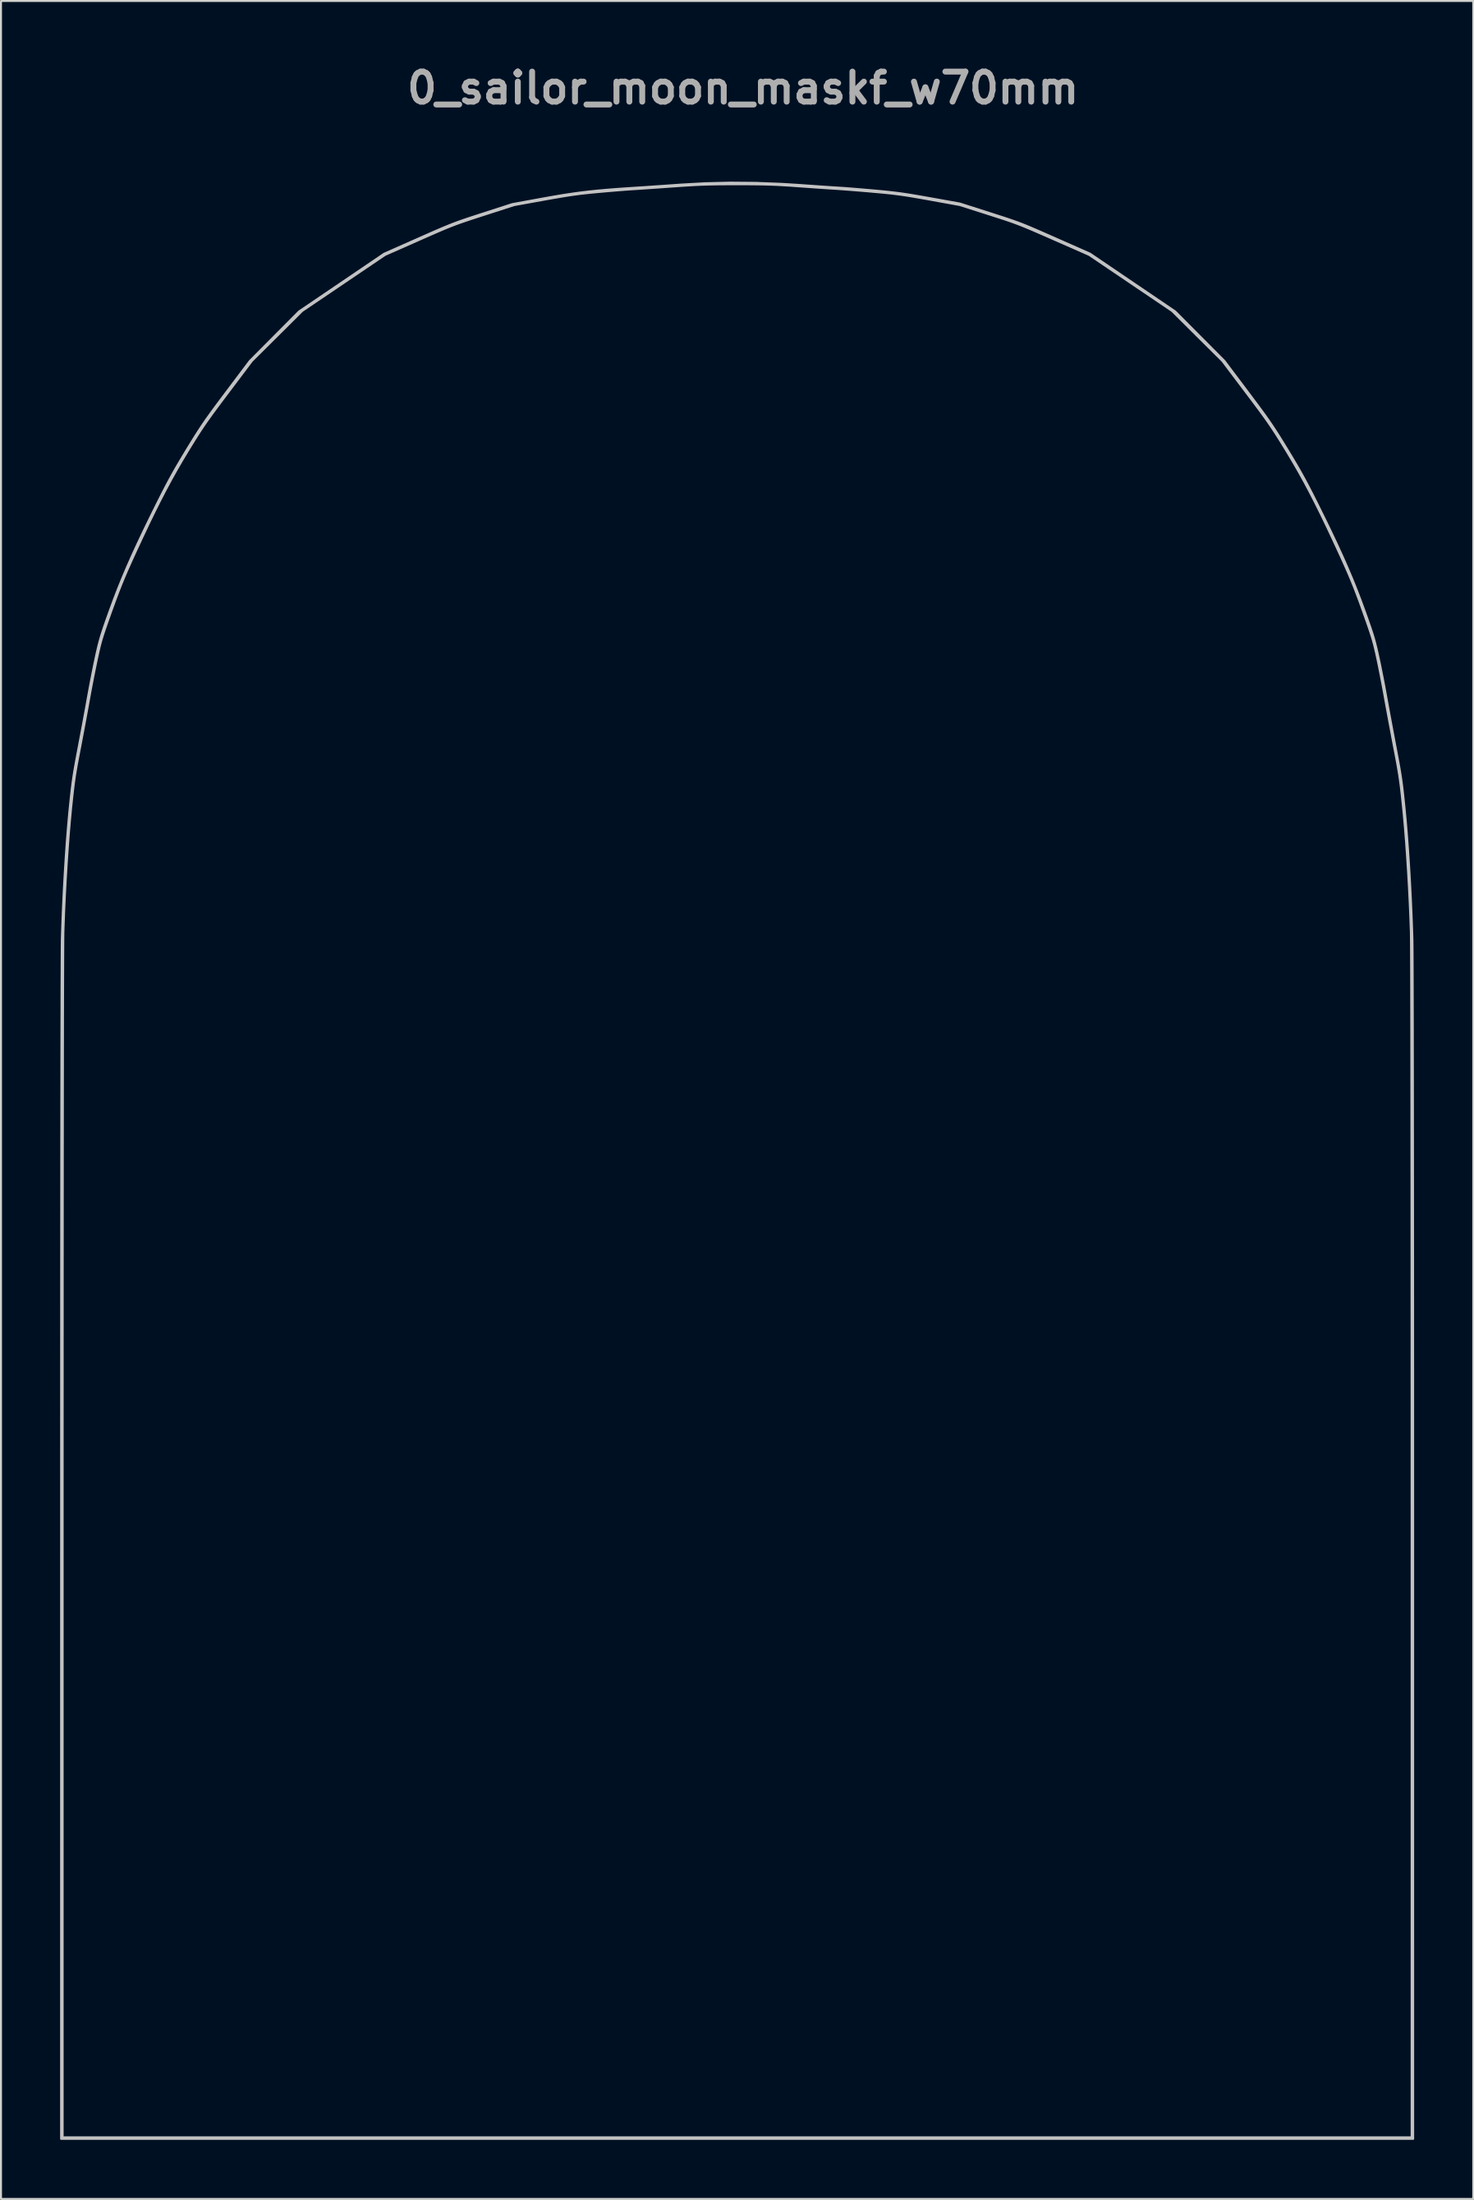
<source format=kicad_pcb>
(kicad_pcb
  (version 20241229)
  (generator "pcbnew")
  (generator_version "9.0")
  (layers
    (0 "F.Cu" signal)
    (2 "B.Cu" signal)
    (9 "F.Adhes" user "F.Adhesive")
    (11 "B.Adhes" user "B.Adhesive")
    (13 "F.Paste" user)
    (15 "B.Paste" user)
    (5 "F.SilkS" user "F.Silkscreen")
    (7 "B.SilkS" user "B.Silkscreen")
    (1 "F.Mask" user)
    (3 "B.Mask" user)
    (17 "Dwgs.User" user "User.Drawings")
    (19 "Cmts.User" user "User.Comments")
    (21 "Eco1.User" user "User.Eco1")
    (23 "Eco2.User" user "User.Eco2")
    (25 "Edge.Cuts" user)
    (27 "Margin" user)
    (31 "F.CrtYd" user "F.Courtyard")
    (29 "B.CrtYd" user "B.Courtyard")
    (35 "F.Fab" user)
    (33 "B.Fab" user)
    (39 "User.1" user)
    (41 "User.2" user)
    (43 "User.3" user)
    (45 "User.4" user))
  (footprint "0_sailor_moon_maskf_w70mm"
    (layer "F.Cu")
    (at 34.358 55.818)
    (property "Reference" "0_sailor_moon_maskf_w70mm" (at 0.3 -54.4 0) (layer "F.Fab") (effects (font (size 1.524 1.524) (thickness 0.3))))
    (attr board_only exclude_from_pos_files exclude_from_bom)
    (fp_poly (pts (xy 24.654 -20.606) (xy 24.702 -20.571) (xy 24.749 -20.504) (xy 24.798 -20.396) (xy 24.853 -20.241) (xy 24.916 -20.029) (xy 24.991 -19.755) (xy 25.046 -19.546) (xy 25.122 -19.258) (xy 25.213 -18.923) (xy 25.31 -18.567) (xy 25.406 -18.219) (xy 25.494 -17.904) (xy 25.498 -17.893) (xy 25.646 -17.353) (xy 25.776 -16.849) (xy 25.89 -16.362) (xy 25.993 -15.871) (xy 26.089 -15.357) (xy 26.182 -14.799) (xy 26.252 -14.35) (xy 26.308 -13.969) (xy 26.352 -13.657) (xy 26.384 -13.408) (xy 26.404 -13.214) (xy 26.413 -13.068) (xy 26.411 -12.963) (xy 26.399 -12.891) (xy 26.378 -12.847) (xy 26.357 -12.827) (xy 26.327 -12.808) (xy 26.294 -12.803) (xy 26.238 -12.814) (xy 26.134 -12.843) (xy 26.1 -12.853) (xy 25.948 -12.9) (xy 25.793 -12.953) (xy 25.763 -12.964) (xy 25.475 -13.058) (xy 25.171 -13.125) (xy 24.836 -13.169) (xy 24.453 -13.192) (xy 24.116 -13.196) (xy 23.774 -13.19) (xy 23.426 -13.173) (xy 23.088 -13.147) (xy 22.781 -13.113) (xy 22.52 -13.074) (xy 22.376 -13.044) (xy 22.321 -13.037) (xy 22.296 -13.067) (xy 22.288 -13.15) (xy 22.288 -13.189) (xy 22.308 -13.337) (xy 22.359 -13.496) (xy 22.376 -13.534) (xy 22.445 -13.751) (xy 22.453 -14) (xy 22.399 -14.288) (xy 22.385 -14.336) (xy 22.341 -14.515) (xy 22.299 -14.731) (xy 22.264 -14.964) (xy 22.236 -15.196) (xy 22.219 -15.409) (xy 22.214 -15.584) (xy 22.224 -15.701) (xy 22.224 -15.701) (xy 22.251 -15.784) (xy 22.303 -15.877) (xy 22.389 -15.994) (xy 22.516 -16.145) (xy 22.641 -16.285) (xy 22.851 -16.527) (xy 23.07 -16.797) (xy 23.288 -17.085) (xy 23.497 -17.375) (xy 23.689 -17.658) (xy 23.855 -17.919) (xy 23.985 -18.147) (xy 24.068 -18.321) (xy 24.221 -18.741) (xy 24.345 -19.185) (xy 24.437 -19.628) (xy 24.492 -20.049) (xy 24.505 -20.346) (xy 24.507 -20.488) (xy 24.515 -20.568) (xy 24.537 -20.605) (xy 24.578 -20.615) (xy 24.602 -20.616)) (stroke (width 0) (type solid)) (fill yes) (layer "F.Mask"))
    (fp_poly (pts (xy 1.648 -7.299) (xy 1.998 -7.287) (xy 2.371 -7.27) (xy 2.756 -7.25) (xy 3.143 -7.226) (xy 3.521 -7.201) (xy 3.879 -7.174) (xy 4.208 -7.146) (xy 4.496 -7.119) (xy 4.733 -7.093) (xy 4.909 -7.068) (xy 4.971 -7.056) (xy 5.091 -7.029) (xy 5.186 -7.001) (xy 5.258 -6.961) (xy 5.311 -6.903) (xy 5.348 -6.815) (xy 5.373 -6.689) (xy 5.389 -6.516) (xy 5.4 -6.287) (xy 5.409 -5.992) (xy 5.412 -5.875) (xy 5.432 -5.374) (xy 5.463 -4.947) (xy 5.505 -4.59) (xy 5.56 -4.3) (xy 5.628 -4.074) (xy 5.709 -3.908) (xy 5.804 -3.8) (xy 5.836 -3.778) (xy 5.929 -3.733) (xy 6.017 -3.722) (xy 6.109 -3.751) (xy 6.214 -3.825) (xy 6.341 -3.95) (xy 6.501 -4.131) (xy 6.567 -4.211) (xy 6.692 -4.354) (xy 6.81 -4.479) (xy 6.908 -4.57) (xy 6.96 -4.608) (xy 7.038 -4.643) (xy 7.074 -4.633) (xy 7.094 -4.579) (xy 7.109 -4.454) (xy 7.108 -4.266) (xy 7.093 -4.026) (xy 7.064 -3.747) (xy 7.024 -3.44) (xy 6.973 -3.118) (xy 6.913 -2.792) (xy 6.847 -2.476) (xy 6.828 -2.395) (xy 6.687 -1.885) (xy 6.511 -1.392) (xy 6.306 -0.925) (xy 6.077 -0.497) (xy 5.831 -0.118) (xy 5.572 0.199) (xy 5.453 0.32) (xy 5.284 0.475) (xy 5.151 0.584) (xy 5.034 0.651) (xy 4.914 0.682) (xy 4.771 0.682) (xy 4.587 0.658) (xy 4.395 0.624) (xy 4.152 0.601) (xy 3.921 0.633) (xy 3.763 0.684) (xy 3.574 0.734) (xy 3.431 0.727) (xy 3.338 0.661) (xy 3.331 0.652) (xy 3.301 0.577) (xy 3.266 0.446) (xy 3.23 0.281) (xy 3.21 0.175) (xy 3.148 -0.177) (xy 3.078 -0.553) (xy 3.003 -0.943) (xy 2.924 -1.336) (xy 2.844 -1.724) (xy 2.764 -2.095) (xy 2.687 -2.441) (xy 2.616 -2.751) (xy 2.551 -3.016) (xy 2.495 -3.225) (xy 2.451 -3.369) (xy 2.446 -3.384) (xy 2.34 -3.615) (xy 2.215 -3.777) (xy 2.061 -3.878) (xy 1.868 -3.924) (xy 1.77 -3.93) (xy 1.624 -3.962) (xy 1.52 -4.058) (xy 1.476 -4.146) (xy 1.417 -4.31) (xy 1.343 -4.529) (xy 1.259 -4.791) (xy 1.168 -5.083) (xy 1.074 -5.391) (xy 0.981 -5.704) (xy 0.893 -6.007) (xy 0.813 -6.29) (xy 0.745 -6.538) (xy 0.694 -6.739) (xy 0.662 -6.88) (xy 0.66 -6.89) (xy 0.639 -7.029) (xy 0.639 -7.12) (xy 0.662 -7.189) (xy 0.683 -7.225) (xy 0.749 -7.325)) (stroke (width 0) (type solid)) (fill yes) (layer "F.Mask"))
    (fp_poly (pts (xy -8.454 -0.461) (xy -8.415 -0.376) (xy -8.382 -0.24) (xy -8.351 -0.047) (xy -8.322 0.207) (xy -8.292 0.525) (xy -8.259 0.913) (xy -8.225 1.323) (xy -8.148 2.132) (xy -8.051 2.95) (xy -7.937 3.761) (xy -7.808 4.551) (xy -7.667 5.305) (xy -7.515 6.007) (xy -7.387 6.528) (xy -7.278 6.915) (xy -7.145 7.35) (xy -6.996 7.808) (xy -6.837 8.266) (xy -6.677 8.701) (xy -6.567 8.985) (xy -6.438 9.292) (xy -6.277 9.647) (xy -6.094 10.033) (xy -5.898 10.43) (xy -5.698 10.822) (xy -5.503 11.19) (xy -5.321 11.516) (xy -5.274 11.596) (xy -5.14 11.829) (xy -5.044 12.008) (xy -4.982 12.141) (xy -4.949 12.239) (xy -4.94 12.306) (xy -4.94 12.447) (xy -5.125 12.442) (xy -5.228 12.437) (xy -5.39 12.427) (xy -5.593 12.413) (xy -5.817 12.396) (xy -5.932 12.387) (xy -6.272 12.356) (xy -6.627 12.314) (xy -7.008 12.262) (xy -7.423 12.196) (xy -7.885 12.117) (xy -8.402 12.021) (xy -8.923 11.919) (xy -9.576 11.788) (xy -10.153 11.667) (xy -10.656 11.555) (xy -11.086 11.453) (xy -11.445 11.361) (xy -11.734 11.277) (xy -11.955 11.202) (xy -12.109 11.134) (xy -12.182 11.088) (xy -12.217 11.057) (xy -12.239 11.021) (xy -12.25 10.967) (xy -12.25 10.88) (xy -12.24 10.745) (xy -12.221 10.548) (xy -12.22 10.537) (xy -12.204 10.352) (xy -12.194 10.189) (xy -12.193 10.033) (xy -12.201 9.869) (xy -12.22 9.681) (xy -12.249 9.453) (xy -12.289 9.171) (xy -12.311 9.028) (xy -12.373 8.623) (xy -12.258 8.211) (xy -12.194 7.98) (xy -12.149 7.808) (xy -12.124 7.677) (xy -12.115 7.571) (xy -12.121 7.474) (xy -12.142 7.369) (xy -12.176 7.239) (xy -12.178 7.233) (xy -12.213 7.091) (xy -12.237 6.959) (xy -12.249 6.827) (xy -12.247 6.686) (xy -12.229 6.528) (xy -12.195 6.343) (xy -12.142 6.122) (xy -12.07 5.857) (xy -11.976 5.538) (xy -11.86 5.156) (xy -11.83 5.057) (xy -11.683 4.585) (xy -11.553 4.18) (xy -11.437 3.832) (xy -11.332 3.532) (xy -11.234 3.273) (xy -11.139 3.044) (xy -11.045 2.838) (xy -10.947 2.645) (xy -10.843 2.456) (xy -10.783 2.353) (xy -10.718 2.254) (xy -10.612 2.103) (xy -10.472 1.909) (xy -10.306 1.683) (xy -10.12 1.434) (xy -9.921 1.17) (xy -9.718 0.903) (xy -9.516 0.64) (xy -9.323 0.392) (xy -9.146 0.167) (xy -8.993 -0.024) (xy -8.908 -0.126) (xy -8.796 -0.261) (xy -8.7 -0.37) (xy -8.621 -0.449) (xy -8.554 -0.493) (xy -8.499 -0.499)) (stroke (width 0) (type solid)) (fill yes) (layer "F.Mask"))
    (fp_poly (pts (xy 12.434 -17.015) (xy 12.437 -17.011) (xy 12.476 -16.928) (xy 12.505 -16.816) (xy 12.507 -16.807) (xy 12.561 -16.54) (xy 12.636 -16.309) (xy 12.749 -16.073) (xy 12.777 -16.021) (xy 12.86 -15.864) (xy 12.955 -15.672) (xy 13.056 -15.459) (xy 13.157 -15.238) (xy 13.252 -15.023) (xy 13.335 -14.826) (xy 13.401 -14.661) (xy 13.444 -14.54) (xy 13.459 -14.479) (xy 13.428 -14.396) (xy 13.365 -14.333) (xy 13.285 -14.238) (xy 13.253 -14.105) (xy 13.265 -13.952) (xy 13.315 -13.797) (xy 13.399 -13.66) (xy 13.512 -13.559) (xy 13.568 -13.532) (xy 13.676 -13.52) (xy 13.85 -13.543) (xy 13.93 -13.559) (xy 14.078 -13.588) (xy 14.207 -13.602) (xy 14.289 -13.6) (xy 14.289 -13.599) (xy 14.359 -13.569) (xy 14.473 -13.505) (xy 14.613 -13.419) (xy 14.686 -13.371) (xy 14.869 -13.252) (xy 15.074 -13.123) (xy 15.262 -13.009) (xy 15.294 -12.991) (xy 15.48 -12.872) (xy 15.591 -12.776) (xy 15.628 -12.702) (xy 15.59 -12.651) (xy 15.478 -12.623) (xy 15.292 -12.619) (xy 15.181 -12.626) (xy 14.992 -12.634) (xy 14.807 -12.629) (xy 14.601 -12.608) (xy 14.346 -12.569) (xy 14.332 -12.567) (xy 14.006 -12.511) (xy 13.744 -12.462) (xy 13.531 -12.418) (xy 13.354 -12.373) (xy 13.198 -12.324) (xy 13.051 -12.268) (xy 12.898 -12.2) (xy 12.739 -12.123) (xy 12.527 -12.025) (xy 12.301 -11.931) (xy 12.09 -11.851) (xy 11.932 -11.801) (xy 11.757 -11.75) (xy 11.592 -11.694) (xy 11.464 -11.644) (xy 11.437 -11.631) (xy 11.299 -11.58) (xy 11.153 -11.554) (xy 11.125 -11.553) (xy 11.019 -11.563) (xy 10.927 -11.604) (xy 10.82 -11.689) (xy 10.799 -11.708) (xy 10.666 -11.809) (xy 10.535 -11.86) (xy 10.395 -11.858) (xy 10.238 -11.803) (xy 10.055 -11.69) (xy 9.837 -11.519) (xy 9.744 -11.439) (xy 9.621 -11.336) (xy 9.509 -11.252) (xy 9.43 -11.202) (xy 9.42 -11.198) (xy 9.316 -11.178) (xy 9.153 -11.169) (xy 8.945 -11.171) (xy 8.712 -11.185) (xy 8.469 -11.209) (xy 8.382 -11.22) (xy 8.215 -11.245) (xy 8.068 -11.269) (xy 7.966 -11.29) (xy 7.943 -11.297) (xy 7.873 -11.347) (xy 7.865 -11.416) (xy 7.915 -11.485) (xy 7.993 -11.526) (xy 8.146 -11.595) (xy 8.342 -11.715) (xy 8.573 -11.879) (xy 8.829 -12.081) (xy 9.102 -12.313) (xy 9.384 -12.568) (xy 9.554 -12.731) (xy 9.736 -12.909) (xy 9.884 -13.057) (xy 10.009 -13.188) (xy 10.12 -13.312) (xy 10.225 -13.441) (xy 10.334 -13.587) (xy 10.456 -13.76) (xy 10.6 -13.972) (xy 10.776 -14.236) (xy 10.823 -14.306) (xy 11.115 -14.75) (xy 11.363 -15.14) (xy 11.569 -15.48) (xy 11.738 -15.778) (xy 11.872 -16.04) (xy 11.975 -16.272) (xy 12.05 -16.48) (xy 12.1 -16.671) (xy 12.116 -16.758) (xy 12.151 -16.884) (xy 12.217 -16.967) (xy 12.266 -17.001) (xy 12.35 -17.047) (xy 12.396 -17.052)) (stroke (width 0) (type solid)) (fill yes) (layer "F.Mask"))
    (fp_poly (pts (xy 26.562 -11.138) (xy 26.625 -11.102) (xy 26.65 -11.08) (xy 26.669 -11.049) (xy 26.682 -10.999) (xy 26.691 -10.922) (xy 26.697 -10.805) (xy 26.699 -10.641) (xy 26.699 -10.419) (xy 26.698 -10.129) (xy 26.698 -10.121) (xy 26.693 -9.805) (xy 26.683 -9.464) (xy 26.669 -9.122) (xy 26.652 -8.804) (xy 26.633 -8.535) (xy 26.63 -8.499) (xy 26.609 -8.265) (xy 26.583 -7.973) (xy 26.554 -7.642) (xy 26.523 -7.293) (xy 26.493 -6.944) (xy 26.469 -6.671) (xy 26.442 -6.366) (xy 26.415 -6.071) (xy 26.388 -5.799) (xy 26.365 -5.565) (xy 26.345 -5.38) (xy 26.33 -5.258) (xy 26.33 -5.251) (xy 26.292 -5.037) (xy 26.234 -4.765) (xy 26.16 -4.452) (xy 26.072 -4.115) (xy 25.976 -3.77) (xy 25.876 -3.433) (xy 25.867 -3.404) (xy 25.606 -2.557) (xy 25.345 -1.687) (xy 25.133 -0.969) (xy 25.018 -0.582) (xy 24.912 -0.25) (xy 24.809 0.046) (xy 24.7 0.327) (xy 24.578 0.615) (xy 24.435 0.928) (xy 24.312 1.186) (xy 24.205 1.401) (xy 24.069 1.662) (xy 23.912 1.955) (xy 23.74 2.27) (xy 23.561 2.592) (xy 23.381 2.909) (xy 23.209 3.21) (xy 23.05 3.48) (xy 22.912 3.708) (xy 22.802 3.88) (xy 22.792 3.895) (xy 22.464 4.358) (xy 22.081 4.858) (xy 21.649 5.385) (xy 21.414 5.66) (xy 21.21 5.895) (xy 20.989 6.151) (xy 20.766 6.408) (xy 20.561 6.646) (xy 20.389 6.845) (xy 20.388 6.846) (xy 20.213 7.049) (xy 20.028 7.261) (xy 19.85 7.464) (xy 19.696 7.638) (xy 19.631 7.712) (xy 19.341 8.008) (xy 18.988 8.317) (xy 18.586 8.63) (xy 18.147 8.939) (xy 17.682 9.232) (xy 17.64 9.257) (xy 17.507 9.337) (xy 17.322 9.45) (xy 17.1 9.586) (xy 16.854 9.738) (xy 16.598 9.897) (xy 16.434 9.999) (xy 16.135 10.183) (xy 15.893 10.328) (xy 15.7 10.436) (xy 15.548 10.51) (xy 15.43 10.553) (xy 15.336 10.568) (xy 15.261 10.559) (xy 15.195 10.528) (xy 15.161 10.503) (xy 15.086 10.43) (xy 14.988 10.312) (xy 14.875 10.165) (xy 14.759 10.002) (xy 14.648 9.837) (xy 14.551 9.685) (xy 14.479 9.558) (xy 14.441 9.472) (xy 14.438 9.448) (xy 14.461 9.409) (xy 14.525 9.351) (xy 14.635 9.27) (xy 14.797 9.163) (xy 15.015 9.026) (xy 15.297 8.855) (xy 15.298 8.854) (xy 15.728 8.592) (xy 16.09 8.363) (xy 16.386 8.167) (xy 16.618 8.002) (xy 16.788 7.868) (xy 16.896 7.763) (xy 16.916 7.738) (xy 16.98 7.599) (xy 17.01 7.419) (xy 17.007 7.226) (xy 16.971 7.049) (xy 16.928 6.957) (xy 16.795 6.786) (xy 16.601 6.596) (xy 16.355 6.393) (xy 16.069 6.187) (xy 15.754 5.985) (xy 15.423 5.798) (xy 15.231 5.693) (xy 15.101 5.612) (xy 15.021 5.546) (xy 14.983 5.488) (xy 14.975 5.443) (xy 15.002 5.364) (xy 15.081 5.239) (xy 15.215 5.067) (xy 15.404 4.848) (xy 15.649 4.58) (xy 15.95 4.261) (xy 16.063 4.145) (xy 16.303 3.896) (xy 16.569 3.617) (xy 16.842 3.33) (xy 17.103 3.052) (xy 17.335 2.803) (xy 17.41 2.722) (xy 17.604 2.511) (xy 17.837 2.258) (xy 18.094 1.978) (xy 18.363 1.687) (xy 18.629 1.398) (xy 18.877 1.128) (xy 18.895 1.109) (xy 19.648 0.302) (xy 20.361 -0.439) (xy 21.034 -1.113) (xy 21.667 -1.721) (xy 22.26 -2.263) (xy 22.814 -2.739) (xy 23.237 -3.079) (xy 23.315 -3.126) (xy 23.438 -3.187) (xy 23.568 -3.243) (xy 23.886 -3.398) (xy 24.167 -3.592) (xy 24.416 -3.832) (xy 24.641 -4.127) (xy 24.847 -4.483) (xy 25.042 -4.909) (xy 25.062 -4.956) (xy 25.111 -5.083) (xy 25.154 -5.208) (xy 25.193 -5.343) (xy 25.23 -5.499) (xy 25.268 -5.687) (xy 25.309 -5.917) (xy 25.356 -6.202) (xy 25.411 -6.55) (xy 25.417 -6.595) (xy 25.47 -6.944) (xy 25.508 -7.229) (xy 25.534 -7.462) (xy 25.548 -7.657) (xy 25.551 -7.824) (xy 25.543 -7.978) (xy 25.525 -8.13) (xy 25.513 -8.204) (xy 25.41 -8.638) (xy 25.251 -9.031) (xy 25.028 -9.394) (xy 24.736 -9.738) (xy 24.612 -9.86) (xy 24.438 -10.029) (xy 24.321 -10.159) (xy 24.254 -10.257) (xy 24.235 -10.332) (xy 24.257 -10.391) (xy 24.286 -10.42) (xy 24.356 -10.46) (xy 24.488 -10.517) (xy 24.67 -10.588) (xy 24.888 -10.669) (xy 25.132 -10.756) (xy 25.387 -10.844) (xy 25.643 -10.929) (xy 25.885 -11.007) (xy 26.103 -11.073) (xy 26.284 -11.124) (xy 26.414 -11.155) (xy 26.474 -11.162)) (stroke (width 0) (type solid)) (fill yes) (layer "F.Mask"))
    (fp_poly (pts (xy -17.219 -9.868) (xy -16.576 -9.844) (xy -15.955 -9.798) (xy -15.373 -9.731) (xy -14.845 -9.644) (xy -14.691 -9.612) (xy -14.363 -9.538) (xy -14.103 -9.474) (xy -13.904 -9.416) (xy -13.758 -9.359) (xy -13.656 -9.298) (xy -13.591 -9.23) (xy -13.555 -9.149) (xy -13.539 -9.051) (xy -13.536 -8.957) (xy -13.546 -8.85) (xy -13.573 -8.679) (xy -13.615 -8.454) (xy -13.67 -8.185) (xy -13.736 -7.883) (xy -13.809 -7.558) (xy -13.889 -7.221) (xy -13.973 -6.883) (xy -14.058 -6.554) (xy -14.078 -6.476) (xy -14.152 -6.177) (xy -14.224 -5.843) (xy -14.291 -5.488) (xy -14.351 -5.131) (xy -14.402 -4.787) (xy -14.44 -4.473) (xy -14.463 -4.205) (xy -14.469 -4.039) (xy -14.473 -3.969) (xy -14.485 -3.893) (xy -14.509 -3.803) (xy -14.549 -3.688) (xy -14.608 -3.542) (xy -14.688 -3.356) (xy -14.794 -3.121) (xy -14.928 -2.828) (xy -15.013 -2.645) (xy -15.129 -2.39) (xy -15.261 -2.092) (xy -15.396 -1.784) (xy -15.519 -1.495) (xy -15.566 -1.383) (xy -15.679 -1.117) (xy -15.813 -0.81) (xy -15.955 -0.491) (xy -16.092 -0.189) (xy -16.168 -0.026) (xy -16.347 0.356) (xy -16.501 0.686) (xy -16.637 0.982) (xy -16.763 1.261) (xy -16.887 1.541) (xy -17.017 1.841) (xy -17.162 2.178) (xy -17.303 2.509) (xy -17.43 2.806) (xy -17.562 3.111) (xy -17.692 3.406) (xy -17.813 3.677) (xy -17.917 3.905) (xy -17.983 4.046) (xy -18.095 4.285) (xy -18.217 4.55) (xy -18.334 4.809) (xy -18.433 5.031) (xy -18.436 5.038) (xy -18.503 5.186) (xy -18.6 5.386) (xy -18.718 5.627) (xy -18.852 5.894) (xy -18.995 6.174) (xy -19.138 6.453) (xy -19.277 6.719) (xy -19.403 6.958) (xy -19.511 7.157) (xy -19.592 7.301) (xy -19.605 7.323) (xy -19.67 7.43) (xy -19.841 7.308) (xy -20.142 7.061) (xy -20.375 6.796) (xy -20.427 6.721) (xy -20.508 6.551) (xy -20.518 6.395) (xy -20.458 6.237) (xy -20.438 6.205) (xy -20.404 6.133) (xy -20.359 6.008) (xy -20.308 5.853) (xy -20.287 5.782) (xy -20.238 5.592) (xy -20.207 5.419) (xy -20.192 5.233) (xy -20.188 5) (xy -20.188 4.996) (xy -20.19 4.793) (xy -20.2 4.632) (xy -20.223 4.483) (xy -20.262 4.32) (xy -20.322 4.113) (xy -20.327 4.096) (xy -20.452 3.711) (xy -20.574 3.397) (xy -20.691 3.157) (xy -20.788 3.007) (xy -20.902 2.893) (xy -21.064 2.765) (xy -21.251 2.641) (xy -21.437 2.536) (xy -21.557 2.483) (xy -21.727 2.435) (xy -21.905 2.413) (xy -22.069 2.416) (xy -22.199 2.444) (xy -22.263 2.483) (xy -22.326 2.584) (xy -22.325 2.685) (xy -22.258 2.788) (xy -22.121 2.898) (xy -21.911 3.018) (xy -21.851 3.048) (xy -21.66 3.146) (xy -21.521 3.224) (xy -21.418 3.298) (xy -21.333 3.382) (xy -21.247 3.489) (xy -21.192 3.565) (xy -21.056 3.765) (xy -20.964 3.928) (xy -20.908 4.074) (xy -20.88 4.224) (xy -20.873 4.395) (xy -20.88 4.58) (xy -20.905 4.72) (xy -20.953 4.845) (xy -20.962 4.862) (xy -21.055 5.01) (xy -21.178 5.165) (xy -21.313 5.304) (xy -21.437 5.404) (xy -21.471 5.425) (xy -21.651 5.488) (xy -21.84 5.507) (xy -22.007 5.479) (xy -22.021 5.473) (xy -22.1 5.425) (xy -22.224 5.329) (xy -22.384 5.196) (xy -22.57 5.033) (xy -22.774 4.85) (xy -22.984 4.654) (xy -23.193 4.455) (xy -23.39 4.262) (xy -23.567 4.082) (xy -23.713 3.925) (xy -23.733 3.902) (xy -24.251 3.286) (xy -24.783 2.599) (xy -25.325 1.848) (xy -25.873 1.038) (xy -26.423 0.174) (xy -26.972 -0.737) (xy -27.12 -0.992) (xy -27.236 -1.197) (xy -27.369 -1.437) (xy -27.515 -1.703) (xy -27.668 -1.986) (xy -27.822 -2.275) (xy -27.975 -2.563) (xy -28.119 -2.838) (xy -28.251 -3.093) (xy -28.365 -3.317) (xy -28.456 -3.501) (xy -28.52 -3.635) (xy -28.551 -3.71) (xy -28.587 -3.948) (xy -28.546 -4.188) (xy -28.429 -4.427) (xy -28.422 -4.438) (xy -28.275 -4.639) (xy -28.076 -4.882) (xy -27.835 -5.157) (xy -27.561 -5.455) (xy -27.262 -5.767) (xy -26.947 -6.084) (xy -26.625 -6.398) (xy -26.304 -6.7) (xy -25.994 -6.98) (xy -25.704 -7.229) (xy -25.531 -7.37) (xy -24.8 -7.9) (xy -24.028 -8.367) (xy -23.22 -8.768) (xy -22.386 -9.099) (xy -21.977 -9.232) (xy -21.719 -9.305) (xy -21.411 -9.385) (xy -21.072 -9.467) (xy -20.722 -9.547) (xy -20.381 -9.62) (xy -20.066 -9.682) (xy -19.799 -9.729) (xy -19.702 -9.744) (xy -19.126 -9.809) (xy -18.51 -9.851) (xy -17.869 -9.871)) (stroke (width 0) (type solid)) (fill yes) (layer "F.Mask"))
    (fp_poly (pts (xy -4.22 -40.346) (xy -3.682 -40.342) (xy -3.201 -40.332) (xy -2.76 -40.312) (xy -2.337 -40.282) (xy -1.915 -40.24) (xy -1.473 -40.185) (xy -0.993 -40.115) (xy -0.666 -40.063) (xy -0.347 -40.009) (xy -0.041 -39.953) (xy 0.262 -39.892) (xy 0.573 -39.823) (xy 0.901 -39.744) (xy 1.256 -39.653) (xy 1.651 -39.547) (xy 2.093 -39.423) (xy 2.595 -39.28) (xy 2.859 -39.203) (xy 3.745 -38.937) (xy 4.564 -38.674) (xy 5.327 -38.409) (xy 6.045 -38.137) (xy 6.728 -37.854) (xy 7.387 -37.556) (xy 8.033 -37.237) (xy 8.676 -36.893) (xy 9.328 -36.519) (xy 9.999 -36.11) (xy 10.036 -36.087) (xy 10.396 -35.856) (xy 10.726 -35.633) (xy 11.04 -35.407) (xy 11.352 -35.166) (xy 11.677 -34.9) (xy 12.029 -34.598) (xy 12.348 -34.315) (xy 12.934 -33.783) (xy 13.466 -33.285) (xy 13.954 -32.808) (xy 14.408 -32.343) (xy 14.839 -31.878) (xy 15.256 -31.401) (xy 15.669 -30.902) (xy 16.088 -30.369) (xy 16.524 -29.791) (xy 16.986 -29.157) (xy 17.026 -29.103) (xy 17.223 -28.826) (xy 17.376 -28.604) (xy 17.489 -28.429) (xy 17.565 -28.296) (xy 17.608 -28.196) (xy 17.62 -28.124) (xy 17.606 -28.071) (xy 17.568 -28.032) (xy 17.552 -28.021) (xy 17.491 -27.994) (xy 17.371 -27.952) (xy 17.207 -27.898) (xy 17.016 -27.838) (xy 16.953 -27.818) (xy 16.736 -27.749) (xy 16.522 -27.675) (xy 16.334 -27.603) (xy 16.195 -27.543) (xy 16.18 -27.536) (xy 15.987 -27.458) (xy 15.765 -27.404) (xy 15.537 -27.373) (xy 15.322 -27.369) (xy 15.14 -27.392) (xy 15.024 -27.436) (xy 14.984 -27.479) (xy 14.914 -27.573) (xy 14.824 -27.703) (xy 14.745 -27.823) (xy 14.556 -28.094) (xy 14.379 -28.305) (xy 14.199 -28.466) (xy 14.005 -28.592) (xy 13.922 -28.635) (xy 13.623 -28.762) (xy 13.332 -28.845) (xy 13.033 -28.887) (xy 12.707 -28.89) (xy 12.334 -28.857) (xy 12.219 -28.841) (xy 11.988 -28.802) (xy 11.804 -28.756) (xy 11.638 -28.694) (xy 11.519 -28.637) (xy 11.167 -28.416) (xy 10.856 -28.134) (xy 10.595 -27.8) (xy 10.392 -27.422) (xy 10.345 -27.306) (xy 10.308 -27.201) (xy 10.282 -27.104) (xy 10.265 -26.998) (xy 10.256 -26.866) (xy 10.252 -26.691) (xy 10.252 -26.455) (xy 10.252 -26.45) (xy 10.254 -26.213) (xy 10.259 -26.036) (xy 10.269 -25.901) (xy 10.287 -25.79) (xy 10.315 -25.686) (xy 10.354 -25.571) (xy 10.357 -25.563) (xy 10.413 -25.392) (xy 10.432 -25.267) (xy 10.407 -25.166) (xy 10.331 -25.069) (xy 10.199 -24.954) (xy 10.16 -24.923) (xy 9.993 -24.777) (xy 9.799 -24.583) (xy 9.592 -24.357) (xy 9.386 -24.117) (xy 9.198 -23.879) (xy 9.041 -23.661) (xy 9.002 -23.602) (xy 8.885 -23.405) (xy 8.805 -23.23) (xy 8.744 -23.04) (xy 8.718 -22.93) (xy 8.669 -22.67) (xy 8.628 -22.362) (xy 8.596 -22.021) (xy 8.573 -21.663) (xy 8.56 -21.303) (xy 8.557 -20.958) (xy 8.564 -20.642) (xy 8.583 -20.371) (xy 8.614 -20.162) (xy 8.614 -20.161) (xy 8.69 -19.863) (xy 8.783 -19.622) (xy 8.906 -19.416) (xy 9.072 -19.226) (xy 9.293 -19.032) (xy 9.367 -18.973) (xy 9.482 -18.878) (xy 9.569 -18.788) (xy 9.627 -18.695) (xy 9.653 -18.593) (xy 9.646 -18.475) (xy 9.603 -18.333) (xy 9.522 -18.161) (xy 9.403 -17.953) (xy 9.243 -17.7) (xy 9.039 -17.396) (xy 8.873 -17.154) (xy 8.543 -16.716) (xy 8.15 -16.267) (xy 7.704 -15.818) (xy 7.218 -15.38) (xy 6.702 -14.965) (xy 6.689 -14.955) (xy 6.089 -14.545) (xy 5.431 -14.178) (xy 4.726 -13.858) (xy 3.983 -13.589) (xy 3.213 -13.374) (xy 2.425 -13.218) (xy 1.867 -13.145) (xy 1.712 -13.133) (xy 1.502 -13.121) (xy 1.246 -13.111) (xy 0.953 -13.102) (xy 0.633 -13.094) (xy 0.296 -13.087) (xy -0.049 -13.082) (xy -0.394 -13.078) (xy -0.727 -13.076) (xy -1.04 -13.076) (xy -1.323 -13.078) (xy -1.567 -13.081) (xy -1.763 -13.087) (xy -1.901 -13.094) (xy -1.971 -13.104) (xy -1.973 -13.105) (xy -2.058 -13.17) (xy -2.163 -13.302) (xy -2.281 -13.489) (xy -2.392 -13.654) (xy -2.55 -13.859) (xy -2.746 -14.093) (xy -2.969 -14.344) (xy -3.208 -14.601) (xy -3.453 -14.853) (xy -3.694 -15.089) (xy -3.919 -15.297) (xy -4.084 -15.438) (xy -4.504 -15.749) (xy -4.916 -15.987) (xy -5.332 -16.158) (xy -5.763 -16.264) (xy -6.22 -16.309) (xy -6.71 -16.297) (xy -7.138 -16.265) (xy -7.488 -16.413) (xy -7.909 -16.554) (xy -8.371 -16.645) (xy -8.859 -16.685) (xy -9.353 -16.672) (xy -9.836 -16.608) (xy -10.211 -16.515) (xy -10.322 -16.469) (xy -10.476 -16.39) (xy -10.649 -16.29) (xy -10.794 -16.198) (xy -10.961 -16.089) (xy -11.079 -16.017) (xy -11.164 -15.976) (xy -11.232 -15.959) (xy -11.297 -15.961) (xy -11.338 -15.967) (xy -11.448 -15.982) (xy -11.607 -15.998) (xy -11.789 -16.014) (xy -11.866 -16.019) (xy -12.046 -16.034) (xy -12.168 -16.052) (xy -12.254 -16.079) (xy -12.324 -16.12) (xy -12.368 -16.155) (xy -12.577 -16.3) (xy -12.847 -16.433) (xy -13.18 -16.555) (xy -13.582 -16.667) (xy -14.058 -16.772) (xy -14.12 -16.784) (xy -14.586 -16.88) (xy -14.977 -16.976) (xy -15.295 -17.072) (xy -15.545 -17.169) (xy -15.728 -17.27) (xy -15.848 -17.373) (xy -15.881 -17.42) (xy -15.947 -17.558) (xy -16.006 -17.724) (xy -16.048 -17.887) (xy -16.064 -18.009) (xy -16.083 -18.075) (xy -16.146 -18.165) (xy -16.258 -18.289) (xy -16.385 -18.414) (xy -16.538 -18.564) (xy -16.636 -18.679) (xy -16.682 -18.776) (xy -16.68 -18.872) (xy -16.632 -18.986) (xy -16.541 -19.134) (xy -16.513 -19.176) (xy -16.419 -19.324) (xy -16.332 -19.469) (xy -16.27 -19.582) (xy -16.269 -19.585) (xy -16.088 -20.032) (xy -15.974 -20.516) (xy -15.925 -21.033) (xy -15.943 -21.579) (xy -16.028 -22.148) (xy -16.15 -22.638) (xy -16.284 -23.031) (xy -16.446 -23.378) (xy -16.653 -23.704) (xy -16.891 -24.007) (xy -17.265 -24.411) (xy -17.64 -24.746) (xy -18.024 -25.017) (xy -18.43 -25.232) (xy -18.866 -25.398) (xy -18.927 -25.417) (xy -19.374 -25.535) (xy -19.79 -25.61) (xy -20.19 -25.642) (xy -20.586 -25.629) (xy -20.989 -25.57) (xy -21.415 -25.463) (xy -21.873 -25.308) (xy -22.366 -25.11) (xy -22.587 -25.007) (xy -22.738 -24.915) (xy -22.824 -24.831) (xy -22.852 -24.749) (xy -22.847 -24.713) (xy -22.785 -24.62) (xy -22.657 -24.567) (xy -22.462 -24.553) (xy -22.316 -24.563) (xy -21.993 -24.592) (xy -21.669 -24.613) (xy -21.364 -24.623) (xy -21.095 -24.623) (xy -20.881 -24.612) (xy -20.849 -24.609) (xy -20.6 -24.562) (xy -20.308 -24.476) (xy -19.995 -24.357) (xy -19.679 -24.212) (xy -19.661 -24.203) (xy -19.504 -24.103) (xy -19.319 -23.952) (xy -19.122 -23.766) (xy -18.928 -23.559) (xy -18.751 -23.345) (xy -18.696 -23.272) (xy -18.514 -22.958) (xy -18.378 -22.585) (xy -18.289 -22.158) (xy -18.247 -21.681) (xy -18.244 -21.527) (xy -18.273 -21.189) (xy -18.361 -20.819) (xy -18.5 -20.433) (xy -18.686 -20.045) (xy -18.913 -19.669) (xy -18.97 -19.588) (xy -19.193 -19.333) (xy -19.481 -19.1) (xy -19.824 -18.896) (xy -20.208 -18.727) (xy -20.479 -18.64) (xy -20.664 -18.593) (xy -20.831 -18.563) (xy -21.011 -18.547) (xy -21.232 -18.542) (xy -21.296 -18.542) (xy -21.56 -18.547) (xy -21.783 -18.563) (xy -21.986 -18.597) (xy -22.188 -18.653) (xy -22.408 -18.735) (xy -22.668 -18.849) (xy -22.805 -18.913) (xy -23.056 -19.028) (xy -23.251 -19.108) (xy -23.399 -19.152) (xy -23.511 -19.165) (xy -23.598 -19.146) (xy -23.67 -19.098) (xy -23.705 -19.063) (xy -23.744 -19.005) (xy -23.751 -18.937) (xy -23.728 -18.828) (xy -23.726 -18.82) (xy -23.622 -18.578) (xy -23.441 -18.342) (xy -23.185 -18.112) (xy -22.855 -17.89) (xy -22.452 -17.676) (xy -21.977 -17.471) (xy -21.491 -17.296) (xy -21.063 -17.154) (xy -20.952 -16.941) (xy -20.841 -16.728) (xy -19.921 -16.255) (xy -19.553 -16.066) (xy -19.248 -15.908) (xy -19 -15.779) (xy -18.803 -15.674) (xy -18.65 -15.59) (xy -18.536 -15.524) (xy -18.454 -15.471) (xy -18.399 -15.429) (xy -18.363 -15.393) (xy -18.341 -15.361) (xy -18.327 -15.328) (xy -18.326 -15.324) (xy -18.31 -15.235) (xy -18.337 -15.17) (xy -18.417 -15.128) (xy -18.556 -15.103) (xy -18.761 -15.093) (xy -18.848 -15.092) (xy -19.116 -15.084) (xy -19.446 -15.062) (xy -19.824 -15.026) (xy -20.235 -14.978) (xy -20.666 -14.921) (xy -21.103 -14.855) (xy -21.447 -14.797) (xy -21.871 -14.713) (xy -22.291 -14.612) (xy -22.72 -14.488) (xy -23.168 -14.337) (xy -23.651 -14.156) (xy -24.179 -13.941) (xy -24.505 -13.801) (xy -25.119 -13.515) (xy -25.713 -13.198) (xy -26.301 -12.84) (xy -26.902 -12.432) (xy -27.307 -12.135) (xy -27.67 -11.845) (xy -28.034 -11.52) (xy -28.407 -11.152) (xy -28.797 -10.733) (xy -29.212 -10.254) (xy -29.338 -10.104) (xy -29.481 -9.933) (xy -29.587 -9.816) (xy -29.665 -9.741) (xy -29.726 -9.701) (xy -29.779 -9.686) (xy -29.798 -9.685) (xy -29.887 -9.702) (xy -29.928 -9.763) (xy -29.93 -9.773) (xy -29.941 -9.84) (xy -29.958 -9.969) (xy -29.981 -10.146) (xy -30.007 -10.355) (xy -30.026 -10.522) (xy -30.044 -10.682) (xy -30.061 -10.849) (xy -30.078 -11.029) (xy -30.094 -11.229) (xy -30.111 -11.457) (xy -30.129 -11.721) (xy -30.149 -12.028) (xy -30.17 -12.384) (xy -30.194 -12.798) (xy -30.222 -13.278) (xy -30.244 -13.672) (xy -30.246 -13.826) (xy -30.24 -14.046) (xy -30.227 -14.321) (xy -30.208 -14.641) (xy -30.184 -14.995) (xy -30.155 -15.371) (xy -30.123 -15.76) (xy -30.088 -16.15) (xy -30.051 -16.529) (xy -30.013 -16.889) (xy -29.975 -17.217) (xy -29.938 -17.502) (xy -29.932 -17.543) (xy -29.881 -17.869) (xy -29.812 -18.256) (xy -29.729 -18.69) (xy -29.635 -19.158) (xy -29.532 -19.644) (xy -29.424 -20.136) (xy -29.314 -20.62) (xy -29.205 -21.081) (xy -29.1 -21.505) (xy -29.001 -21.88) (xy -28.943 -22.088) (xy -28.78 -22.633) (xy -28.611 -23.163) (xy -28.44 -23.668) (xy -28.271 -24.138) (xy -28.107 -24.563) (xy -27.951 -24.935) (xy -27.807 -25.242) (xy -27.775 -25.305) (xy -27.698 -25.447) (xy -27.604 -25.607) (xy -27.489 -25.79) (xy -27.349 -26.004) (xy -27.181 -26.253) (xy -26.981 -26.544) (xy -26.744 -26.882) (xy -26.467 -27.273) (xy -26.276 -27.542) (xy -26.002 -27.925) (xy -25.767 -28.252) (xy -25.564 -28.533) (xy -25.385 -28.776) (xy -25.226 -28.989) (xy -25.078 -29.181) (xy -24.935 -29.36) (xy -24.791 -29.534) (xy -24.639 -29.712) (xy -24.473 -29.902) (xy -24.285 -30.113) (xy -24.082 -30.34) (xy -23.826 -30.627) (xy -23.554 -30.933) (xy -23.279 -31.246) (xy -23.012 -31.55) (xy -22.767 -31.831) (xy -22.556 -32.076) (xy -22.469 -32.179) (xy -21.861 -32.851) (xy -21.181 -33.525) (xy -20.434 -34.195) (xy -19.625 -34.857) (xy -18.759 -35.507) (xy -17.842 -36.141) (xy -17.47 -36.383) (xy -16.95 -36.714) (xy -16.479 -37.004) (xy -16.046 -37.26) (xy -15.638 -37.49) (xy -15.241 -37.7) (xy -14.843 -37.895) (xy -14.432 -38.084) (xy -13.995 -38.271) (xy -13.518 -38.464) (xy -13.126 -38.617) (xy -12.461 -38.866) (xy -11.822 -39.087) (xy -11.197 -39.285) (xy -10.573 -39.461) (xy -9.937 -39.621) (xy -9.276 -39.765) (xy -8.578 -39.899) (xy -7.83 -40.024) (xy -7.02 -40.144) (xy -6.857 -40.167) (xy -5.543 -40.347)) (stroke (width 0) (type solid)) (fill yes) (layer "F.Mask"))
    (fp_poly (pts (xy 0.942 -49.589) (xy 2.278 -49.537) (xy 3.171 -49.481) (xy 3.536 -49.455) (xy 3.895 -49.43) (xy 4.236 -49.406) (xy 4.547 -49.385) (xy 4.817 -49.367) (xy 5.035 -49.353) (xy 5.189 -49.344) (xy 5.212 -49.342) (xy 5.363 -49.333) (xy 5.577 -49.317) (xy 5.842 -49.296) (xy 6.143 -49.272) (xy 6.468 -49.244) (xy 6.803 -49.215) (xy 6.963 -49.201) (xy 7.33 -49.167) (xy 7.652 -49.135) (xy 7.946 -49.102) (xy 8.226 -49.067) (xy 8.51 -49.027) (xy 8.813 -48.98) (xy 9.151 -48.923) (xy 9.54 -48.855) (xy 9.783 -48.812) (xy 11.3 -48.54) (xy 12.836 -48.049) (xy 13.188 -47.936) (xy 13.49 -47.839) (xy 13.754 -47.752) (xy 13.989 -47.671) (xy 14.208 -47.593) (xy 14.421 -47.513) (xy 14.641 -47.426) (xy 14.877 -47.328) (xy 15.141 -47.215) (xy 15.445 -47.083) (xy 15.8 -46.927) (xy 16.142 -46.776) (xy 17.912 -45.993) (xy 20.071 -44.528) (xy 22.23 -43.064) (xy 24.729 -40.551) (xy 25.916 -38.974) (xy 26.198 -38.598) (xy 26.44 -38.274) (xy 26.649 -37.99) (xy 26.832 -37.737) (xy 26.997 -37.503) (xy 27.15 -37.279) (xy 27.299 -37.053) (xy 27.452 -36.816) (xy 27.614 -36.556) (xy 27.794 -36.264) (xy 27.909 -36.077) (xy 28.163 -35.657) (xy 28.387 -35.279) (xy 28.59 -34.926) (xy 28.783 -34.577) (xy 28.976 -34.216) (xy 29.18 -33.822) (xy 29.404 -33.378) (xy 29.425 -33.336) (xy 29.798 -32.583) (xy 30.136 -31.888) (xy 30.441 -31.242) (xy 30.719 -30.636) (xy 30.973 -30.061) (xy 31.208 -29.507) (xy 31.426 -28.967) (xy 31.633 -28.43) (xy 31.82 -27.921) (xy 31.955 -27.545) (xy 32.066 -27.23) (xy 32.158 -26.962) (xy 32.235 -26.73) (xy 32.299 -26.521) (xy 32.355 -26.323) (xy 32.407 -26.122) (xy 32.459 -25.907) (xy 32.513 -25.665) (xy 32.537 -25.556) (xy 32.608 -25.225) (xy 32.685 -24.846) (xy 32.765 -24.445) (xy 32.841 -24.051) (xy 32.907 -23.69) (xy 32.925 -23.591) (xy 32.974 -23.318) (xy 33.035 -22.984) (xy 33.104 -22.605) (xy 33.18 -22.199) (xy 33.258 -21.78) (xy 33.336 -21.364) (xy 33.411 -20.969) (xy 33.412 -20.966) (xy 33.491 -20.549) (xy 33.557 -20.192) (xy 33.613 -19.882) (xy 33.659 -19.603) (xy 33.7 -19.339) (xy 33.736 -19.076) (xy 33.77 -18.798) (xy 33.804 -18.49) (xy 33.841 -18.137) (xy 33.876 -17.796) (xy 33.936 -17.155) (xy 33.994 -16.45) (xy 34.049 -15.696) (xy 34.101 -14.904) (xy 34.148 -14.089) (xy 34.19 -13.266) (xy 34.226 -12.446) (xy 34.256 -11.645) (xy 34.269 -11.222) (xy 34.271 -11.096) (xy 34.274 -10.893) (xy 34.276 -10.614) (xy 34.278 -10.261) (xy 34.28 -9.834) (xy 34.282 -9.335) (xy 34.284 -8.763) (xy 34.286 -8.122) (xy 34.288 -7.41) (xy 34.29 -6.631) (xy 34.291 -5.784) (xy 34.293 -4.87) (xy 34.295 -3.891) (xy 34.296 -2.848) (xy 34.297 -1.741) (xy 34.299 -0.572) (xy 34.3 0.658) (xy 34.301 1.948) (xy 34.302 3.298) (xy 34.303 4.706) (xy 34.304 6.17) (xy 34.305 7.691) (xy 34.305 9.267) (xy 34.306 10.897) (xy 34.306 12.58) (xy 34.307 14.315) (xy 34.307 16.1) (xy 34.307 17.936) (xy 34.307 19.82) (xy 34.307 19.906) (xy 34.308 49.672) (xy -34.308 49.672) (xy -34.308 49.594) (xy -34.23 49.594) (xy 34.23 49.594) (xy 34.229 19.633) (xy 34.229 17.813) (xy 34.228 16.034) (xy 34.228 14.299) (xy 34.228 12.609) (xy 34.227 10.965) (xy 34.227 9.368) (xy 34.226 7.819) (xy 34.225 6.32) (xy 34.225 4.872) (xy 34.224 3.476) (xy 34.223 2.133) (xy 34.222 0.845) (xy 34.22 -0.387) (xy 34.219 -1.563) (xy 34.218 -2.679) (xy 34.216 -3.737) (xy 34.215 -4.733) (xy 34.213 -5.668) (xy 34.212 -6.539) (xy 34.21 -7.345) (xy 34.208 -8.086) (xy 34.207 -8.76) (xy 34.205 -9.366) (xy 34.203 -9.902) (xy 34.201 -10.367) (xy 34.199 -10.761) (xy 34.197 -11.081) (xy 34.194 -11.327) (xy 34.192 -11.497) (xy 34.191 -11.572) (xy 34.165 -12.303) (xy 34.132 -13.069) (xy 34.093 -13.853) (xy 34.048 -14.642) (xy 33.998 -15.42) (xy 33.945 -16.173) (xy 33.888 -16.885) (xy 33.83 -17.542) (xy 33.799 -17.854) (xy 33.756 -18.27) (xy 33.718 -18.626) (xy 33.682 -18.937) (xy 33.645 -19.22) (xy 33.606 -19.492) (xy 33.561 -19.77) (xy 33.509 -20.069) (xy 33.447 -20.407) (xy 33.372 -20.8) (xy 33.355 -20.888) (xy 33.28 -21.28) (xy 33.201 -21.701) (xy 33.12 -22.132) (xy 33.041 -22.554) (xy 32.968 -22.95) (xy 32.904 -23.299) (xy 32.869 -23.494) (xy 32.806 -23.841) (xy 32.734 -24.221) (xy 32.659 -24.609) (xy 32.585 -24.983) (xy 32.516 -25.319) (xy 32.476 -25.506) (xy 32.423 -25.748) (xy 32.373 -25.961) (xy 32.324 -26.159) (xy 32.271 -26.352) (xy 32.211 -26.554) (xy 32.14 -26.775) (xy 32.055 -27.028) (xy 31.952 -27.325) (xy 31.827 -27.677) (xy 31.761 -27.86) (xy 31.601 -28.305) (xy 31.455 -28.696) (xy 31.318 -29.052) (xy 31.181 -29.392) (xy 31.036 -29.736) (xy 30.876 -30.102) (xy 30.693 -30.509) (xy 30.598 -30.717) (xy 30.252 -31.466) (xy 29.929 -32.151) (xy 29.625 -32.781) (xy 29.335 -33.365) (xy 29.054 -33.91) (xy 28.778 -34.428) (xy 28.502 -34.925) (xy 28.222 -35.411) (xy 27.933 -35.895) (xy 27.868 -36.002) (xy 27.677 -36.313) (xy 27.508 -36.585) (xy 27.354 -36.83) (xy 27.206 -37.057) (xy 27.059 -37.276) (xy 26.906 -37.498) (xy 26.739 -37.733) (xy 26.551 -37.991) (xy 26.336 -38.281) (xy 26.086 -38.615) (xy 25.844 -38.936) (xy 24.627 -40.551) (xy 23.35 -41.819) (xy 22.074 -43.088) (xy 19.969 -44.511) (xy 17.864 -45.934) (xy 16.06 -46.728) (xy 15.649 -46.909) (xy 15.297 -47.062) (xy 14.995 -47.193) (xy 14.732 -47.304) (xy 14.496 -47.401) (xy 14.276 -47.487) (xy 14.062 -47.567) (xy 13.843 -47.645) (xy 13.607 -47.725) (xy 13.344 -47.811) (xy 13.043 -47.908) (xy 12.778 -47.993) (xy 11.3 -48.464) (xy 9.785 -48.738) (xy 9.361 -48.814) (xy 8.997 -48.877) (xy 8.678 -48.93) (xy 8.388 -48.974) (xy 8.111 -49.011) (xy 7.831 -49.045) (xy 7.532 -49.077) (xy 7.199 -49.109) (xy 7.004 -49.126) (xy 6.656 -49.157) (xy 6.297 -49.187) (xy 5.942 -49.216) (xy 5.61 -49.242) (xy 5.317 -49.264) (xy 5.08 -49.28) (xy 5.037 -49.283) (xy 4.819 -49.297) (xy 4.54 -49.315) (xy 4.217 -49.337) (xy 3.865 -49.361) (xy 3.502 -49.387) (xy 3.144 -49.412) (xy 3.023 -49.421) (xy 2.657 -49.447) (xy 2.326 -49.467) (xy 2.016 -49.484) (xy 1.711 -49.496) (xy 1.396 -49.505) (xy 1.056 -49.511) (xy 0.676 -49.515) (xy 0.24 -49.516) (xy 0.006 -49.516) (xy -0.447 -49.516) (xy -0.838 -49.514) (xy -1.183 -49.509) (xy -1.5 -49.502) (xy -1.803 -49.492) (xy -2.11 -49.478) (xy -2.436 -49.46) (xy -2.798 -49.437) (xy -3.212 -49.408) (xy -3.289 -49.403) (xy -3.654 -49.377) (xy -4.013 -49.351) (xy -4.353 -49.328) (xy -4.664 -49.307) (xy -4.934 -49.288) (xy -5.152 -49.274) (xy -5.306 -49.265) (xy -5.329 -49.263) (xy -5.483 -49.253) (xy -5.7 -49.237) (xy -5.966 -49.216) (xy -6.267 -49.191) (xy -6.588 -49.164) (xy -6.916 -49.135) (xy -7.008 -49.127) (xy -7.357 -49.094) (xy -7.668 -49.062) (xy -7.956 -49.03) (xy -8.236 -48.993) (xy -8.523 -48.952) (xy -8.835 -48.902) (xy -9.184 -48.843) (xy -9.589 -48.772) (xy -9.779 -48.738) (xy -11.319 -48.46) (xy -12.865 -47.961) (xy -13.226 -47.844) (xy -13.536 -47.743) (xy -13.806 -47.652) (xy -14.048 -47.569) (xy -14.274 -47.487) (xy -14.495 -47.402) (xy -14.724 -47.311) (xy -14.971 -47.208) (xy -15.248 -47.089) (xy -15.568 -46.949) (xy -15.942 -46.784) (xy -16.14 -46.697) (xy -17.869 -45.932) (xy -22.074 -43.088) (xy -23.35 -41.819) (xy -24.627 -40.551) (xy -25.844 -38.936) (xy -26.128 -38.559) (xy -26.372 -38.232) (xy -26.582 -37.948) (xy -26.766 -37.694) (xy -26.931 -37.462) (xy -27.083 -37.241) (xy -27.229 -37.021) (xy -27.377 -36.792) (xy -27.534 -36.544) (xy -27.706 -36.266) (xy -27.868 -36.002) (xy -28.159 -35.518) (xy -28.441 -35.033) (xy -28.717 -34.539) (xy -28.993 -34.026) (xy -29.272 -33.488) (xy -29.56 -32.913) (xy -29.861 -32.294) (xy -30.179 -31.622) (xy -30.52 -30.888) (xy -30.598 -30.717) (xy -30.795 -30.284) (xy -30.965 -29.901) (xy -31.115 -29.55) (xy -31.255 -29.21) (xy -31.391 -28.864) (xy -31.532 -28.492) (xy -31.684 -28.074) (xy -31.762 -27.859) (xy -31.896 -27.484) (xy -32.007 -27.169) (xy -32.098 -26.903) (xy -32.174 -26.674) (xy -32.237 -26.469) (xy -32.292 -26.277) (xy -32.342 -26.085) (xy -32.391 -25.882) (xy -32.442 -25.654) (xy -32.496 -25.409) (xy -32.568 -25.062) (xy -32.648 -24.667) (xy -32.729 -24.253) (xy -32.806 -23.849) (xy -32.873 -23.484) (xy -32.889 -23.397) (xy -32.939 -23.113) (xy -33.002 -22.77) (xy -33.073 -22.386) (xy -33.149 -21.977) (xy -33.227 -21.562) (xy -33.303 -21.158) (xy -33.355 -20.888) (xy -33.433 -20.482) (xy -33.498 -20.134) (xy -33.552 -19.827) (xy -33.598 -19.546) (xy -33.638 -19.274) (xy -33.675 -18.994) (xy -33.711 -18.689) (xy -33.749 -18.343) (xy -33.791 -17.94) (xy -33.8 -17.854) (xy -33.859 -17.228) (xy -33.917 -16.538) (xy -33.972 -15.801) (xy -34.024 -15.03) (xy -34.072 -14.24) (xy -34.114 -13.445) (xy -34.151 -12.662) (xy -34.18 -11.903) (xy -34.191 -11.572) (xy -34.193 -11.457) (xy -34.195 -11.265) (xy -34.197 -10.998) (xy -34.199 -10.657) (xy -34.201 -10.243) (xy -34.203 -9.757) (xy -34.205 -9.201) (xy -34.207 -8.576) (xy -34.209 -7.883) (xy -34.211 -7.124) (xy -34.212 -6.299) (xy -34.214 -5.41) (xy -34.215 -4.457) (xy -34.217 -3.444) (xy -34.218 -2.369) (xy -34.219 -1.236) (xy -34.221 -0.045) (xy -34.222 1.204) (xy -34.223 2.507) (xy -34.224 3.865) (xy -34.225 5.276) (xy -34.226 6.739) (xy -34.226 8.252) (xy -34.227 9.815) (xy -34.227 11.425) (xy -34.228 13.083) (xy -34.228 14.786) (xy -34.229 16.533) (xy -34.229 18.324) (xy -34.229 19.633) (xy -34.23 49.594) (xy -34.308 49.594) (xy -34.307 19.886) (xy -34.307 17.946) (xy -34.307 16.061) (xy -34.307 14.23) (xy -34.306 12.455) (xy -34.306 10.736) (xy -34.305 9.075) (xy -34.305 7.472) (xy -34.304 5.929) (xy -34.303 4.445) (xy -34.302 3.023) (xy -34.301 1.662) (xy -34.3 0.364) (xy -34.299 -0.87) (xy -34.297 -2.041) (xy -34.296 -3.146) (xy -34.294 -4.184) (xy -34.293 -5.156) (xy -34.291 -6.061) (xy -34.289 -6.896) (xy -34.287 -7.662) (xy -34.286 -8.358) (xy -34.284 -8.982) (xy -34.281 -9.535) (xy -34.279 -10.014) (xy -34.277 -10.42) (xy -34.275 -10.751) (xy -34.272 -11.006) (xy -34.27 -11.185) (xy -34.268 -11.261) (xy -34.242 -12.057) (xy -34.209 -12.878) (xy -34.169 -13.709) (xy -34.123 -14.537) (xy -34.073 -15.348) (xy -34.019 -16.127) (xy -33.961 -16.863) (xy -33.901 -17.54) (xy -33.876 -17.796) (xy -33.835 -18.198) (xy -33.799 -18.543) (xy -33.764 -18.846) (xy -33.73 -19.12) (xy -33.693 -19.383) (xy -33.652 -19.649) (xy -33.604 -19.933) (xy -33.547 -20.25) (xy -33.478 -20.616) (xy -33.412 -20.966) (xy -33.337 -21.361) (xy -33.259 -21.776) (xy -33.18 -22.195) (xy -33.105 -22.602) (xy -33.035 -22.981) (xy -32.975 -23.315) (xy -32.925 -23.589) (xy -32.925 -23.591) (xy -32.862 -23.936) (xy -32.789 -24.323) (xy -32.71 -24.725) (xy -32.631 -25.114) (xy -32.558 -25.462) (xy -32.538 -25.556) (xy -32.481 -25.812) (xy -32.429 -26.036) (xy -32.378 -26.24) (xy -32.324 -26.437) (xy -32.264 -26.639) (xy -32.193 -26.859) (xy -32.109 -27.109) (xy -32.007 -27.401) (xy -31.883 -27.748) (xy -31.82 -27.922) (xy -31.62 -28.465) (xy -31.412 -29.003) (xy -31.192 -29.545) (xy -30.956 -30.101) (xy -30.7 -30.68) (xy -30.419 -31.289) (xy -30.111 -31.94) (xy -29.771 -32.639) (xy -29.425 -33.336) (xy -29.198 -33.786) (xy -28.994 -34.183) (xy -28.8 -34.546) (xy -28.607 -34.895) (xy -28.406 -35.247) (xy -28.184 -35.622) (xy -27.933 -36.038) (xy -27.909 -36.077) (xy -27.715 -36.392) (xy -27.544 -36.67) (xy -27.386 -36.918) (xy -27.236 -37.149) (xy -27.086 -37.373) (xy -26.929 -37.6) (xy -26.757 -37.841) (xy -26.564 -38.106) (xy -26.342 -38.406) (xy -26.084 -38.75) (xy -25.916 -38.974) (xy -24.729 -40.551) (xy -22.23 -43.064) (xy -20.071 -44.528) (xy -17.912 -45.993) (xy -16.162 -46.767) (xy -15.755 -46.947) (xy -15.408 -47.1) (xy -15.109 -47.229) (xy -14.846 -47.34) (xy -14.609 -47.437) (xy -14.386 -47.525) (xy -14.165 -47.607) (xy -13.935 -47.689) (xy -13.684 -47.774) (xy -13.402 -47.867) (xy -13.076 -47.973) (xy -12.914 -48.025) (xy -11.416 -48.509) (xy -9.841 -48.797) (xy -9.335 -48.887) (xy -8.867 -48.966) (xy -8.423 -49.034) (xy -7.991 -49.094) (xy -7.556 -49.147) (xy -7.105 -49.194) (xy -6.624 -49.237) (xy -6.1 -49.279) (xy -5.519 -49.319) (xy -5.17 -49.342) (xy -4.883 -49.36) (xy -4.538 -49.383) (xy -4.154 -49.41) (xy -3.753 -49.437) (xy -3.354 -49.465) (xy -2.976 -49.492) (xy -2.898 -49.498) (xy -1.63 -49.569) (xy -0.355 -49.6)) (stroke (width 0.1) (type solid)) (fill no) (layer "Dwgs.User")))
  (gr_rect
    (start -3 -3)
    (end 71.715 108.54)
    (stroke (width 0.1) (type default))
    (fill no)
    (layer "Edge.Cuts")))
</source>
